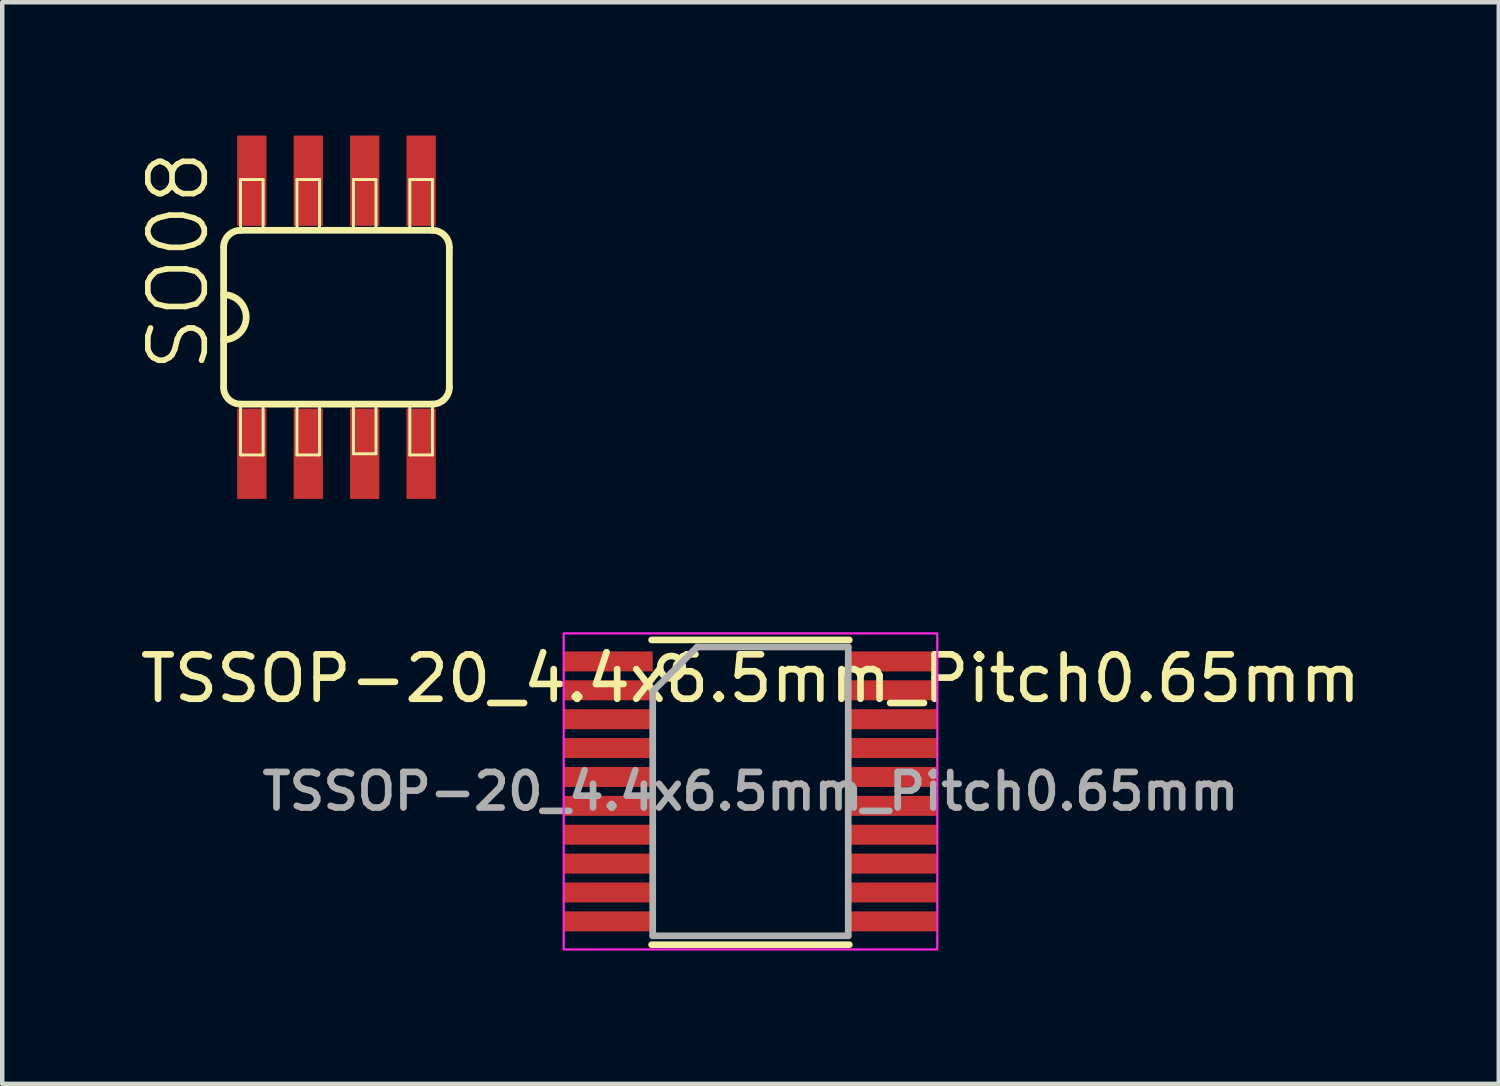
<source format=kicad_pcb>
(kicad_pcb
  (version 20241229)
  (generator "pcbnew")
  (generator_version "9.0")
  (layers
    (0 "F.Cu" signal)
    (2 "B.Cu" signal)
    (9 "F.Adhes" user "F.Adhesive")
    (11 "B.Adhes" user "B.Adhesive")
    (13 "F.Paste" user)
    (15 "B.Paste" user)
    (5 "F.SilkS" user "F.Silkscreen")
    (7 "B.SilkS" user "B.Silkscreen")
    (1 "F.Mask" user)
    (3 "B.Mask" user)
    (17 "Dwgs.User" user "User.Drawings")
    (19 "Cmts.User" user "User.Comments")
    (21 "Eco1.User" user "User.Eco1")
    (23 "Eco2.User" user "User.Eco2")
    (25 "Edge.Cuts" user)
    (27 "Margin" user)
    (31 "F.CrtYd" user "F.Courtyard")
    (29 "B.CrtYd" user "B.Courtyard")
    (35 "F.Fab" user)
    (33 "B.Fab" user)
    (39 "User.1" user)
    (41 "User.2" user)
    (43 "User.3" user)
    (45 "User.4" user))
  (footprint "TSSOP-20_4.4x6.5mm_Pitch0.65mm"
    (layer "F.Cu")
    (at 13.839 14.76)
    (property "Reference" "TSSOP-20_4.4x6.5mm_Pitch0.65mm" (at 0 -2.54 0) (layer "F.SilkS") (effects (font (size 1 1) (thickness 0.15))))
    (attr smd)
    (fp_line (start -2.225 -3.408) (end 2.225 -3.408) (stroke (width 0.15) (type solid)) (layer "F.SilkS"))
    (fp_line (start -2.225 3.45) (end 2.225 3.45) (stroke (width 0.15) (type solid)) (layer "F.SilkS"))
    (fp_circle (center -1.778 -2.794) (end -1.524 -2.794) (stroke (width 0.15) (type solid)) (fill no) (layer "F.SilkS"))
    (fp_line (start -4.204 -3.55) (end -4.204 3.55) (stroke (width 0.05) (type solid)) (layer "F.CrtYd"))
    (fp_line (start -4.191 -3.556) (end 4.191 -3.556) (stroke (width 0.05) (type solid)) (layer "F.CrtYd"))
    (fp_line (start -4.191 3.556) (end 4.191 3.556) (stroke (width 0.05) (type solid)) (layer "F.CrtYd"))
    (fp_line (start 4.204 -3.55) (end 4.204 3.55) (stroke (width 0.05) (type solid)) (layer "F.CrtYd"))
    (fp_line (start -2.2 -2.25) (end -1.2 -3.25) (stroke (width 0.15) (type solid)) (layer "F.Fab"))
    (fp_line (start -2.2 3.25) (end -2.2 -2.25) (stroke (width 0.15) (type solid)) (layer "F.Fab"))
    (fp_line (start -1.2 -3.25) (end 2.2 -3.25) (stroke (width 0.15) (type solid)) (layer "F.Fab"))
    (fp_line (start 2.2 -3.25) (end 2.2 3.25) (stroke (width 0.15) (type solid)) (layer "F.Fab"))
    (fp_line (start 2.2 3.25) (end -2.2 3.25) (stroke (width 0.15) (type solid)) (layer "F.Fab"))
    (fp_text user "${REFERENCE}" (at 0 0 0) (layer "F.Fab") (effects (font (size 0.8 0.8) (thickness 0.15))))
    (pad "1" smd rect (at -3.2 -2.925) (size 2 0.45) (layers "F.Cu" "F.Mask" "F.Paste"))
    (pad "2" smd rect (at -3.2 -2.275) (size 2 0.45) (layers "F.Cu" "F.Mask" "F.Paste"))
    (pad "3" smd rect (at -3.2 -1.625) (size 2 0.45) (layers "F.Cu" "F.Mask" "F.Paste"))
    (pad "4" smd rect (at -3.2 -0.975) (size 2 0.45) (layers "F.Cu" "F.Mask" "F.Paste"))
    (pad "5" smd rect (at -3.2 -0.325) (size 2 0.45) (layers "F.Cu" "F.Mask" "F.Paste"))
    (pad "6" smd rect (at -3.2 0.325) (size 2 0.45) (layers "F.Cu" "F.Mask" "F.Paste"))
    (pad "7" smd rect (at -3.2 0.975) (size 2 0.45) (layers "F.Cu" "F.Mask" "F.Paste"))
    (pad "8" smd rect (at -3.2 1.625) (size 2 0.45) (layers "F.Cu" "F.Mask" "F.Paste"))
    (pad "9" smd rect (at -3.2 2.275) (size 2 0.45) (layers "F.Cu" "F.Mask" "F.Paste"))
    (pad "10" smd rect (at -3.2 2.925) (size 2 0.45) (layers "F.Cu" "F.Mask" "F.Paste"))
    (pad "11" smd rect (at 3.2 2.925) (size 2 0.45) (layers "F.Cu" "F.Mask" "F.Paste"))
    (pad "12" smd rect (at 3.2 2.275) (size 2 0.45) (layers "F.Cu" "F.Mask" "F.Paste"))
    (pad "13" smd rect (at 3.2 1.625) (size 2 0.45) (layers "F.Cu" "F.Mask" "F.Paste"))
    (pad "14" smd rect (at 3.2 0.975) (size 2 0.45) (layers "F.Cu" "F.Mask" "F.Paste"))
    (pad "15" smd rect (at 3.2 0.325) (size 2 0.45) (layers "F.Cu" "F.Mask" "F.Paste"))
    (pad "16" smd rect (at 3.2 -0.325) (size 2 0.45) (layers "F.Cu" "F.Mask" "F.Paste"))
    (pad "17" smd rect (at 3.2 -0.975) (size 2 0.45) (layers "F.Cu" "F.Mask" "F.Paste"))
    (pad "18" smd rect (at 3.2 -1.625) (size 2 0.45) (layers "F.Cu" "F.Mask" "F.Paste"))
    (pad "19" smd rect (at 3.2 -2.275) (size 2 0.45) (layers "F.Cu" "F.Mask" "F.Paste"))
    (pad "20" smd rect (at 3.2 -2.925) (size 2 0.45) (layers "F.Cu" "F.Mask" "F.Paste")))
  (footprint "SO08"
    (layer "F.Cu")
    (at 4.522 4.089)
    (property "Reference" "SO08" (at -3.556 -1.27 90) (layer "F.SilkS") (effects (font (size 1.27 1.27) (thickness 0.127))))
    (attr smd)
    (fp_line (start -2.54 -1.575) (end -2.54 1.575) (stroke (width 0.152) (type solid)) (layer "F.SilkS"))
    (fp_line (start -2.159 -3.099) (end -1.651 -3.099) (stroke (width 0.066) (type solid)) (layer "F.SilkS"))
    (fp_line (start -2.159 -1.956) (end -2.159 -3.099) (stroke (width 0.066) (type solid)) (layer "F.SilkS"))
    (fp_line (start -2.159 -1.956) (end -1.651 -1.956) (stroke (width 0.066) (type solid)) (layer "F.SilkS"))
    (fp_line (start -2.159 1.956) (end -1.651 1.956) (stroke (width 0.066) (type solid)) (layer "F.SilkS"))
    (fp_line (start -2.159 1.956) (end 2.159 1.956) (stroke (width 0.152) (type solid)) (layer "F.SilkS"))
    (fp_line (start -2.159 3.099) (end -2.159 1.956) (stroke (width 0.066) (type solid)) (layer "F.SilkS"))
    (fp_line (start -2.159 3.099) (end -1.651 3.099) (stroke (width 0.066) (type solid)) (layer "F.SilkS"))
    (fp_line (start -1.651 -1.956) (end -1.651 -3.099) (stroke (width 0.066) (type solid)) (layer "F.SilkS"))
    (fp_line (start -1.651 3.099) (end -1.651 1.956) (stroke (width 0.066) (type solid)) (layer "F.SilkS"))
    (fp_line (start -0.889 -3.099) (end -0.381 -3.099) (stroke (width 0.066) (type solid)) (layer "F.SilkS"))
    (fp_line (start -0.889 -1.956) (end -0.889 -3.099) (stroke (width 0.066) (type solid)) (layer "F.SilkS"))
    (fp_line (start -0.889 -1.956) (end -0.381 -1.956) (stroke (width 0.066) (type solid)) (layer "F.SilkS"))
    (fp_line (start -0.889 1.956) (end -0.381 1.956) (stroke (width 0.066) (type solid)) (layer "F.SilkS"))
    (fp_line (start -0.889 3.099) (end -0.889 1.956) (stroke (width 0.066) (type solid)) (layer "F.SilkS"))
    (fp_line (start -0.889 3.099) (end -0.381 3.099) (stroke (width 0.066) (type solid)) (layer "F.SilkS"))
    (fp_line (start -0.381 -1.956) (end -0.381 -3.099) (stroke (width 0.066) (type solid)) (layer "F.SilkS"))
    (fp_line (start -0.381 3.099) (end -0.381 1.956) (stroke (width 0.066) (type solid)) (layer "F.SilkS"))
    (fp_line (start 0.381 -3.099) (end 0.889 -3.099) (stroke (width 0.066) (type solid)) (layer "F.SilkS"))
    (fp_line (start 0.381 -1.956) (end 0.381 -3.099) (stroke (width 0.066) (type solid)) (layer "F.SilkS"))
    (fp_line (start 0.381 -1.956) (end 0.889 -1.956) (stroke (width 0.066) (type solid)) (layer "F.SilkS"))
    (fp_line (start 0.381 1.93) (end 0.889 1.93) (stroke (width 0.066) (type solid)) (layer "F.SilkS"))
    (fp_line (start 0.381 3.073) (end 0.381 1.93) (stroke (width 0.066) (type solid)) (layer "F.SilkS"))
    (fp_line (start 0.381 3.073) (end 0.889 3.073) (stroke (width 0.066) (type solid)) (layer "F.SilkS"))
    (fp_line (start 0.889 -1.956) (end 0.889 -3.099) (stroke (width 0.066) (type solid)) (layer "F.SilkS"))
    (fp_line (start 0.889 3.073) (end 0.889 1.93) (stroke (width 0.066) (type solid)) (layer "F.SilkS"))
    (fp_line (start 1.651 -3.099) (end 2.159 -3.099) (stroke (width 0.066) (type solid)) (layer "F.SilkS"))
    (fp_line (start 1.651 -1.956) (end 1.651 -3.099) (stroke (width 0.066) (type solid)) (layer "F.SilkS"))
    (fp_line (start 1.651 -1.956) (end 2.159 -1.956) (stroke (width 0.066) (type solid)) (layer "F.SilkS"))
    (fp_line (start 1.651 1.956) (end 2.159 1.956) (stroke (width 0.066) (type solid)) (layer "F.SilkS"))
    (fp_line (start 1.651 3.099) (end 1.651 1.956) (stroke (width 0.066) (type solid)) (layer "F.SilkS"))
    (fp_line (start 1.651 3.099) (end 2.159 3.099) (stroke (width 0.066) (type solid)) (layer "F.SilkS"))
    (fp_line (start 2.159 -1.956) (end -2.159 -1.956) (stroke (width 0.152) (type solid)) (layer "F.SilkS"))
    (fp_line (start 2.159 -1.956) (end 2.159 -3.099) (stroke (width 0.066) (type solid)) (layer "F.SilkS"))
    (fp_line (start 2.159 3.099) (end 2.159 1.956) (stroke (width 0.066) (type solid)) (layer "F.SilkS"))
    (fp_line (start 2.54 1.575) (end 2.54 -1.575) (stroke (width 0.152) (type solid)) (layer "F.SilkS"))
    (fp_arc (start -2.54 -1.5748) (mid -2.428408 -1.844208) (end -2.159 -1.9558) (stroke (width 0.1524) (type solid)) (layer "F.SilkS"))
    (fp_arc (start -2.54 -0.508) (mid -2.032 0) (end -2.54 0.508) (stroke (width 0.1524) (type solid)) (layer "F.SilkS"))
    (fp_arc (start -2.159 1.9558) (mid -2.428408 1.844208) (end -2.54 1.5748) (stroke (width 0.1524) (type solid)) (layer "F.SilkS"))
    (fp_arc (start 2.159 -1.9558) (mid 2.428408 -1.844208) (end 2.54 -1.5748) (stroke (width 0.1524) (type solid)) (layer "F.SilkS"))
    (fp_arc (start 2.54 1.5748) (mid 2.428408 1.844208) (end 2.159 1.9558) (stroke (width 0.1524) (type solid)) (layer "F.SilkS"))
    (pad "1" smd rect (at -1.905 3.073) (size 0.66 2.032) (layers "F.Cu" "F.Mask" "F.Paste"))
    (pad "2" smd rect (at -0.635 3.073) (size 0.66 2.032) (layers "F.Cu" "F.Mask" "F.Paste"))
    (pad "3" smd rect (at 0.635 3.073) (size 0.66 2.032) (layers "F.Cu" "F.Mask" "F.Paste"))
    (pad "4" smd rect (at 1.905 3.073) (size 0.66 2.032) (layers "F.Cu" "F.Mask" "F.Paste"))
    (pad "5" smd rect (at 1.905 -3.073) (size 0.66 2.032) (layers "F.Cu" "F.Mask" "F.Paste"))
    (pad "6" smd rect (at 0.635 -3.073) (size 0.66 2.032) (layers "F.Cu" "F.Mask" "F.Paste"))
    (pad "7" smd rect (at -0.635 -3.073) (size 0.66 2.032) (layers "F.Cu" "F.Mask" "F.Paste"))
    (pad "8" smd rect (at -1.905 -3.073) (size 0.66 2.032) (layers "F.Cu" "F.Mask" "F.Paste")))
  (gr_rect
    (start -3 -3)
    (end 30.679 21.341)
    (stroke (width 0.1) (type default))
    (fill no)
    (layer "Edge.Cuts")))
</source>
